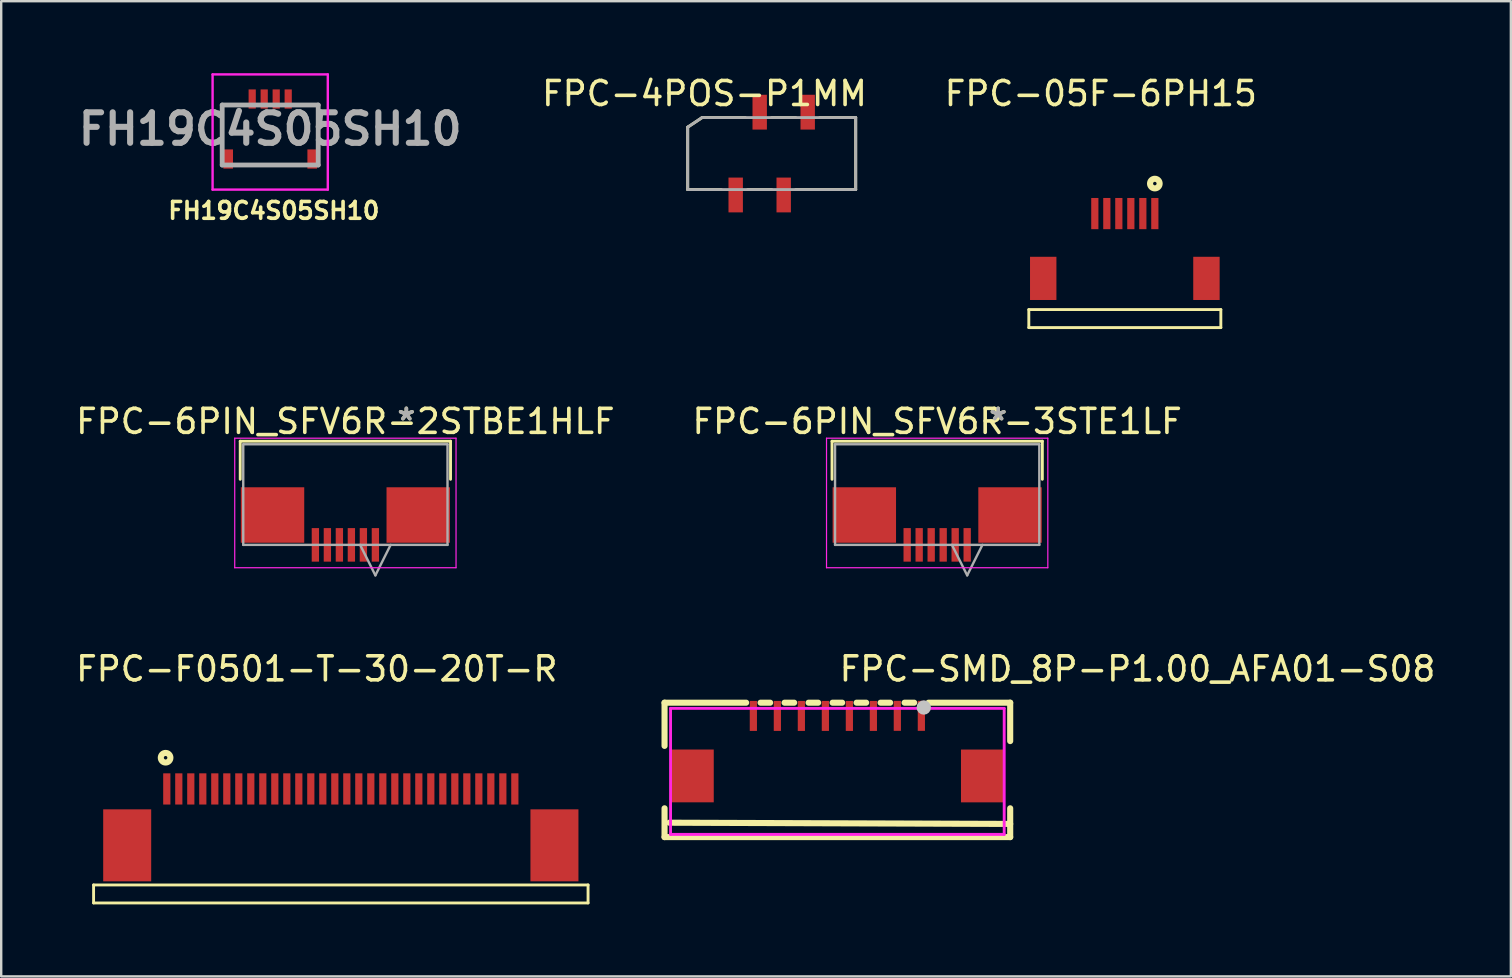
<source format=kicad_pcb>
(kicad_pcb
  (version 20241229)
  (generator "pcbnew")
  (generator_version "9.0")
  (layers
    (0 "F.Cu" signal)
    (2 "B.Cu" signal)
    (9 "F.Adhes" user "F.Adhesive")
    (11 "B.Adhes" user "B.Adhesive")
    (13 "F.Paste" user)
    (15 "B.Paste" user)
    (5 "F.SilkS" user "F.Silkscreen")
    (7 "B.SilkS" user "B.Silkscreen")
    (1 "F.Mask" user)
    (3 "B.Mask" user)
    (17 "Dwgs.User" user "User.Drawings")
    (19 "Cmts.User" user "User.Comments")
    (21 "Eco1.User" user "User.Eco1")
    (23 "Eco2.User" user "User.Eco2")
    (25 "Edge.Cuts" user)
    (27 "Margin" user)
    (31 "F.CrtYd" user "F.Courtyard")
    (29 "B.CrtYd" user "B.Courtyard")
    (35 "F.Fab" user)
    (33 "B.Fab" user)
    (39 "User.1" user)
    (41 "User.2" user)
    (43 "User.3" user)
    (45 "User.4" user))
  (footprint "FPC-4POS-P1MM"
    (layer "F.Cu")
    (at 29.1 3.348)
    (property "Reference" "FPC-4POS-P1MM" (at -2.8 -2.5 0) (layer "F.SilkS") (effects (font (size 1 1) (thickness 0.15))))
    (attr smd)
    (fp_line (start -3.5 -1.1) (end -3.5 1.5) (stroke (width 0.12) (type solid)) (layer "F.SilkS"))
    (fp_line (start -3.5 -1.1) (end -2.9 -1.5) (stroke (width 0.12) (type solid)) (layer "F.SilkS"))
    (fp_line (start -3.5 1.5) (end -2.1 1.5) (stroke (width 0.12) (type solid)) (layer "F.SilkS"))
    (fp_line (start -2.9 -1.5) (end -1.1 -1.5) (stroke (width 0.12) (type solid)) (layer "F.SilkS"))
    (fp_line (start -1 1.5) (end 0 1.5) (stroke (width 0.12) (type solid)) (layer "F.SilkS"))
    (fp_line (start 0 -1.5) (end 1 -1.5) (stroke (width 0.12) (type solid)) (layer "F.SilkS"))
    (fp_line (start 2 -1.5) (end 3.5 -1.5) (stroke (width 0.12) (type solid)) (layer "F.SilkS"))
    (fp_line (start 3.5 -1.5) (end 3.5 1.5) (stroke (width 0.12) (type solid)) (layer "F.SilkS"))
    (fp_line (start 3.5 1.5) (end 1 1.5) (stroke (width 0.12) (type solid)) (layer "F.SilkS"))
    (fp_line (start -3.5 -1.1) (end -2.9 -1.5) (stroke (width 0.12) (type solid)) (layer "F.Fab"))
    (fp_line (start -3.5 1.5) (end -3.5 -1.1) (stroke (width 0.12) (type solid)) (layer "F.Fab"))
    (fp_line (start -2.9 -1.5) (end 3.5 -1.5) (stroke (width 0.12) (type solid)) (layer "F.Fab"))
    (fp_line (start 3.5 -1.5) (end 3.5 1.5) (stroke (width 0.12) (type solid)) (layer "F.Fab"))
    (fp_line (start 3.5 1.5) (end -3.5 1.5) (stroke (width 0.12) (type solid)) (layer "F.Fab"))
    (pad "1" smd rect (at -1.5 1.725) (size 0.6 1.45) (layers "F.Cu" "F.Mask" "F.Paste"))
    (pad "2" smd rect (at -0.5 -1.725) (size 0.6 1.45) (layers "F.Cu" "F.Mask" "F.Paste"))
    (pad "3" smd rect (at 0.5 1.725) (size 0.6 1.45) (layers "F.Cu" "F.Mask" "F.Paste"))
    (pad "4" smd rect (at 1.5 -1.725) (size 0.6 1.45) (layers "F.Cu" "F.Mask" "F.Paste")))
  (footprint "FPC-6PIN_SFV6R-3STE1LF"
    (layer "F.Cu")
    (at 35.994 17.555)
    (property "Reference" "FPC-6PIN_SFV6R-3STE1LF" (at 0 -3.048 0) (layer "F.SilkS") (effects (font (size 1 1) (thickness 0.15))))
    (attr smd)
    (fp_line (start -4.381 -2.223) (end -4.381 -0.637) (stroke (width 0.12) (type solid)) (layer "F.SilkS"))
    (fp_line (start 4.381 -2.223) (end -4.381 -2.223) (stroke (width 0.12) (type solid)) (layer "F.SilkS"))
    (fp_line (start 4.381 -0.637) (end 4.381 -2.223) (stroke (width 0.12) (type solid)) (layer "F.SilkS"))
    (fp_line (start -4.61 -2.349) (end -4.61 3.048) (stroke (width 0.05) (type solid)) (layer "F.CrtYd"))
    (fp_line (start -4.61 3.048) (end 4.61 3.048) (stroke (width 0.05) (type solid)) (layer "F.CrtYd"))
    (fp_line (start 4.61 -2.349) (end -4.61 -2.349) (stroke (width 0.05) (type solid)) (layer "F.CrtYd"))
    (fp_line (start 4.61 3.048) (end 4.61 -2.349) (stroke (width 0.05) (type solid)) (layer "F.CrtYd"))
    (fp_line (start -4.255 -2.095) (end -4.255 2.095) (stroke (width 0.1) (type solid)) (layer "F.Fab"))
    (fp_line (start -4.255 2.095) (end 4.255 2.095) (stroke (width 0.1) (type solid)) (layer "F.Fab"))
    (fp_line (start 0.615 2.095) (end 1.25 3.365) (stroke (width 0.1) (type solid)) (layer "F.Fab"))
    (fp_line (start 1.885 2.095) (end 1.25 3.365) (stroke (width 0.1) (type solid)) (layer "F.Fab"))
    (fp_line (start 4.255 -2.095) (end -4.255 -2.095) (stroke (width 0.1) (type solid)) (layer "F.Fab"))
    (fp_line (start 4.255 2.095) (end 4.255 -2.095) (stroke (width 0.1) (type solid)) (layer "F.Fab"))
    (fp_text user "*" (at 2.54 -3.048 0) (layer "F.SilkS") (effects (font (size 1 1) (thickness 0.15))))
    (fp_text user "*" (at 2.54 -3.048 0) (layer "F.Fab") (effects (font (size 1 1) (thickness 0.15))))
    (pad "1" smd rect (at 1.25 2.095) (size 0.305 1.397) (layers "F.Cu" "F.Mask" "F.Paste"))
    (pad "2" smd rect (at 0.75 2.095) (size 0.305 1.397) (layers "F.Cu" "F.Mask" "F.Paste"))
    (pad "3" smd rect (at 0.25 2.095) (size 0.305 1.397) (layers "F.Cu" "F.Mask" "F.Paste"))
    (pad "4" smd rect (at -0.25 2.095) (size 0.305 1.397) (layers "F.Cu" "F.Mask" "F.Paste"))
    (pad "5" smd rect (at -0.75 2.095) (size 0.305 1.397) (layers "F.Cu" "F.Mask" "F.Paste"))
    (pad "6" smd rect (at -1.25 2.095) (size 0.305 1.397) (layers "F.Cu" "F.Mask" "F.Paste"))
    (pad "7" smd rect (at -3.035 0.851) (size 2.642 2.311) (layers "F.Cu" "F.Mask" "F.Paste"))
    (pad "8" smd rect (at 3.035 0.851) (size 2.642 2.311) (layers "F.Cu" "F.Mask" "F.Paste")))
  (footprint "FPC-SMD_8P-P1.00_AFA01-S08"
    (layer "F.Cu")
    (at 31.836 28.025)
    (property "Reference" "FPC-SMD_8P-P1.00_AFA01-S08" (at 0 -3.207 0) (layer "F.SilkS") (effects (font (size 1 1) (thickness 0.15)) (justify left)))
    (attr through_hole)
    (fp_line (start -7.2 -1.8) (end -7.2 0) (stroke (width 0.254) (type solid)) (layer "F.SilkS"))
    (fp_line (start -7.2 3.8) (end -7.2 2.6) (stroke (width 0.254) (type solid)) (layer "F.SilkS"))
    (fp_line (start -7 3.2) (end 7.2 3.251) (stroke (width 0.254) (type solid)) (layer "F.SilkS"))
    (fp_line (start -3.8 -1.8) (end -7.2 -1.8) (stroke (width 0.254) (type solid)) (layer "F.SilkS"))
    (fp_line (start -3.2 -1.8) (end -2.8 -1.8) (stroke (width 0.254) (type solid)) (layer "F.SilkS"))
    (fp_line (start -2.2 -1.8) (end -1.8 -1.8) (stroke (width 0.254) (type solid)) (layer "F.SilkS"))
    (fp_line (start -1.2 -1.8) (end -0.8 -1.8) (stroke (width 0.254) (type solid)) (layer "F.SilkS"))
    (fp_line (start -0.2 -1.8) (end 0.2 -1.8) (stroke (width 0.254) (type solid)) (layer "F.SilkS"))
    (fp_line (start 0.8 -1.8) (end 1.2 -1.8) (stroke (width 0.254) (type solid)) (layer "F.SilkS"))
    (fp_line (start 1.8 -1.8) (end 2.2 -1.8) (stroke (width 0.254) (type solid)) (layer "F.SilkS"))
    (fp_line (start 2.8 -1.8) (end 3.2 -1.8) (stroke (width 0.254) (type solid)) (layer "F.SilkS"))
    (fp_line (start 3.8 -1.8) (end 7.2 -1.8) (stroke (width 0.254) (type solid)) (layer "F.SilkS"))
    (fp_line (start 7.2 -1.8) (end 7.2 -0.2) (stroke (width 0.254) (type solid)) (layer "F.SilkS"))
    (fp_line (start 7.2 2.6) (end 7.2 3.8) (stroke (width 0.254) (type solid)) (layer "F.SilkS"))
    (fp_line (start 7.2 3.8) (end -7.2 3.8) (stroke (width 0.254) (type solid)) (layer "F.SilkS"))
    (fp_circle (center 3.6 -1.6) (end 3.75 -1.6) (stroke (width 0.3) (type solid)) (fill no) (layer "Dwgs.User"))
    (fp_circle (center 6.95 -1.752) (end 6.98 -1.752) (stroke (width 0.06) (type solid)) (fill no) (layer "Eco2.User"))
    (fp_poly (pts (xy -5.3 0.251) (xy -5.3 2.251) (xy -6.8 2.251) (xy -6.8 0.251)) (stroke (width 0.12) (type solid)) (fill no) (layer "Eco2.User"))
    (fp_poly (pts (xy -3.6 -1.749) (xy -3.4 -1.749) (xy -3.4 -0.749) (xy -3.6 -0.749)) (stroke (width 0.12) (type solid)) (fill no) (layer "Eco2.User"))
    (fp_poly (pts (xy -2.6 -1.749) (xy -2.4 -1.749) (xy -2.4 -0.749) (xy -2.6 -0.749)) (stroke (width 0.12) (type solid)) (fill no) (layer "Eco2.User"))
    (fp_poly (pts (xy -1.6 -1.749) (xy -1.4 -1.749) (xy -1.4 -0.749) (xy -1.6 -0.749)) (stroke (width 0.12) (type solid)) (fill no) (layer "Eco2.User"))
    (fp_poly (pts (xy -0.6 -1.749) (xy -0.4 -1.749) (xy -0.4 -0.749) (xy -0.6 -0.749)) (stroke (width 0.12) (type solid)) (fill no) (layer "Eco2.User"))
    (fp_poly (pts (xy 0.4 -1.749) (xy 0.6 -1.749) (xy 0.6 -0.749) (xy 0.4 -0.749)) (stroke (width 0.12) (type solid)) (fill no) (layer "Eco2.User"))
    (fp_poly (pts (xy 1.4 -1.749) (xy 1.6 -1.749) (xy 1.6 -0.749) (xy 1.4 -0.749)) (stroke (width 0.12) (type solid)) (fill no) (layer "Eco2.User"))
    (fp_poly (pts (xy 2.398 -1.752) (xy 2.598 -1.752) (xy 2.598 -0.752) (xy 2.398 -0.752)) (stroke (width 0.12) (type solid)) (fill no) (layer "Eco2.User"))
    (fp_poly (pts (xy 3.399 -1.752) (xy 3.599 -1.752) (xy 3.599 -0.752) (xy 3.399 -0.752)) (stroke (width 0.12) (type solid)) (fill no) (layer "Eco2.User"))
    (fp_poly (pts (xy 6.8 0.252) (xy 6.8 2.252) (xy 5.3 2.252) (xy 5.3 0.252)) (stroke (width 0.12) (type solid)) (fill no) (layer "Eco2.User"))
    (fp_line (start -6.95 -1.563) (end 6.95 -1.563) (stroke (width 0.12) (type solid)) (layer "F.CrtYd"))
    (fp_line (start -6.95 3.687) (end -6.95 -1.563) (stroke (width 0.12) (type solid)) (layer "F.CrtYd"))
    (fp_line (start 6.95 -1.563) (end 6.95 3.687) (stroke (width 0.12) (type solid)) (layer "F.CrtYd"))
    (fp_line (start 6.95 3.687) (end -6.95 3.687) (stroke (width 0.12) (type solid)) (layer "F.CrtYd"))
    (pad "1" smd rect (at 3.499 -1.252) (size 0.3 1.25) (layers "F.Cu" "F.Mask" "F.Paste"))
    (pad "2" smd rect (at 2.498 -1.252) (size 0.3 1.25) (layers "F.Cu" "F.Mask" "F.Paste"))
    (pad "3" smd rect (at 1.5 -1.249) (size 0.3 1.25) (layers "F.Cu" "F.Mask" "F.Paste"))
    (pad "4" smd rect (at 0.5 -1.249) (size 0.3 1.25) (layers "F.Cu" "F.Mask" "F.Paste"))
    (pad "5" smd rect (at -0.5 -1.249) (size 0.3 1.25) (layers "F.Cu" "F.Mask" "F.Paste"))
    (pad "6" smd rect (at -1.5 -1.249) (size 0.3 1.25) (layers "F.Cu" "F.Mask" "F.Paste"))
    (pad "7" smd rect (at -2.5 -1.249) (size 0.3 1.25) (layers "F.Cu" "F.Mask" "F.Paste"))
    (pad "8" smd rect (at -3.5 -1.249) (size 0.3 1.25) (layers "F.Cu" "F.Mask" "F.Paste"))
    (pad "9" smd rect (at 6.05 1.252 90) (size 2.2 1.8) (layers "F.Cu" "F.Mask" "F.Paste"))
    (pad "10" smd rect (at -6.05 1.251 90) (size 2.2 1.8) (layers "F.Cu" "F.Mask" "F.Paste")))
  (footprint "FH19C4S05SH10"
    (layer "F.Cu")
    (at 8.207 2.45)
    (property "Reference" "FH19C4S05SH10" (at 0.152 3.277 0) (layer "F.SilkS") (effects (font (size 0.7 0.7) (thickness 0.15))))
    (attr smd)
    (fp_line (start -2 -1.125) (end -2 0.375) (stroke (width 0.1) (type solid)) (layer "F.SilkS"))
    (fp_line (start -1.5 1.375) (end 1.5 1.375) (stroke (width 0.1) (type solid)) (layer "F.SilkS"))
    (fp_line (start -1 -1.125) (end -2 -1.125) (stroke (width 0.1) (type solid)) (layer "F.SilkS"))
    (fp_line (start 1 -1.125) (end 2 -1.125) (stroke (width 0.1) (type solid)) (layer "F.SilkS"))
    (fp_line (start 2 -1.125) (end 2 0.375) (stroke (width 0.1) (type solid)) (layer "F.SilkS"))
    (fp_line (start -2.4 -2.4) (end 2.4 -2.4) (stroke (width 0.1) (type solid)) (layer "F.CrtYd"))
    (fp_line (start -2.4 2.4) (end -2.4 -2.4) (stroke (width 0.1) (type solid)) (layer "F.CrtYd"))
    (fp_line (start 2.4 -2.4) (end 2.4 2.4) (stroke (width 0.1) (type solid)) (layer "F.CrtYd"))
    (fp_line (start 2.4 2.4) (end -2.4 2.4) (stroke (width 0.1) (type solid)) (layer "F.CrtYd"))
    (fp_line (start -2 -1.125) (end 2 -1.125) (stroke (width 0.2) (type solid)) (layer "F.Fab"))
    (fp_line (start -2 1.375) (end -2 -1.125) (stroke (width 0.2) (type solid)) (layer "F.Fab"))
    (fp_line (start 2 -1.125) (end 2 1.375) (stroke (width 0.2) (type solid)) (layer "F.Fab"))
    (fp_line (start 2 1.375) (end -2 1.375) (stroke (width 0.2) (type solid)) (layer "F.Fab"))
    (fp_text user "${REFERENCE}" (at 0 -0.125 0) (layer "F.Fab") (effects (font (size 1.27 1.27) (thickness 0.254))))
    (pad "1" smd rect (at -0.75 -1.375) (size 0.3 0.8) (layers "F.Cu" "F.Mask" "F.Paste"))
    (pad "2" smd rect (at -0.25 -1.375) (size 0.3 0.8) (layers "F.Cu" "F.Mask" "F.Paste"))
    (pad "3" smd rect (at 0.25 -1.375) (size 0.3 0.8) (layers "F.Cu" "F.Mask" "F.Paste"))
    (pad "4" smd rect (at 0.75 -1.375) (size 0.3 0.8) (layers "F.Cu" "F.Mask" "F.Paste"))
    (pad "MP1" smd rect (at -1.75 1.125) (size 0.4 0.8) (layers "F.Cu" "F.Mask" "F.Paste"))
    (pad "MP2" smd rect (at 1.75 1.125) (size 0.4 0.8) (layers "F.Cu" "F.Mask" "F.Paste")))
  (footprint "FPC-6PIN_SFV6R-2STBE1HLF"
    (layer "F.Cu")
    (at 11.339 17.555)
    (property "Reference" "FPC-6PIN_SFV6R-2STBE1HLF" (at 0 -3.048 0) (layer "F.SilkS") (effects (font (size 1 1) (thickness 0.15))))
    (attr smd)
    (fp_line (start -4.381 -2.223) (end -4.381 -0.637) (stroke (width 0.12) (type solid)) (layer "F.SilkS"))
    (fp_line (start 4.381 -2.223) (end -4.381 -2.223) (stroke (width 0.12) (type solid)) (layer "F.SilkS"))
    (fp_line (start 4.381 -0.637) (end 4.381 -2.223) (stroke (width 0.12) (type solid)) (layer "F.SilkS"))
    (fp_line (start -4.61 -2.349) (end -4.61 3.048) (stroke (width 0.05) (type solid)) (layer "F.CrtYd"))
    (fp_line (start -4.61 3.048) (end 4.61 3.048) (stroke (width 0.05) (type solid)) (layer "F.CrtYd"))
    (fp_line (start 4.61 -2.349) (end -4.61 -2.349) (stroke (width 0.05) (type solid)) (layer "F.CrtYd"))
    (fp_line (start 4.61 3.048) (end 4.61 -2.349) (stroke (width 0.05) (type solid)) (layer "F.CrtYd"))
    (fp_line (start -4.255 -2.095) (end -4.255 2.095) (stroke (width 0.1) (type solid)) (layer "F.Fab"))
    (fp_line (start -4.255 2.095) (end 4.255 2.095) (stroke (width 0.1) (type solid)) (layer "F.Fab"))
    (fp_line (start 0.615 2.095) (end 1.25 3.365) (stroke (width 0.1) (type solid)) (layer "F.Fab"))
    (fp_line (start 1.885 2.095) (end 1.25 3.365) (stroke (width 0.1) (type solid)) (layer "F.Fab"))
    (fp_line (start 4.255 -2.095) (end -4.255 -2.095) (stroke (width 0.1) (type solid)) (layer "F.Fab"))
    (fp_line (start 4.255 2.095) (end 4.255 -2.095) (stroke (width 0.1) (type solid)) (layer "F.Fab"))
    (fp_text user "*" (at 2.54 -3.048 0) (layer "F.SilkS") (effects (font (size 1 1) (thickness 0.15))))
    (fp_text user "*" (at 2.54 -3.048 0) (layer "F.Fab") (effects (font (size 1 1) (thickness 0.15))))
    (pad "1" smd rect (at 1.25 2.095) (size 0.305 1.397) (layers "F.Cu" "F.Mask" "F.Paste"))
    (pad "2" smd rect (at 0.75 2.095) (size 0.305 1.397) (layers "F.Cu" "F.Mask" "F.Paste"))
    (pad "3" smd rect (at 0.25 2.095) (size 0.305 1.397) (layers "F.Cu" "F.Mask" "F.Paste"))
    (pad "4" smd rect (at -0.25 2.095) (size 0.305 1.397) (layers "F.Cu" "F.Mask" "F.Paste"))
    (pad "5" smd rect (at -0.75 2.095) (size 0.305 1.397) (layers "F.Cu" "F.Mask" "F.Paste"))
    (pad "6" smd rect (at -1.25 2.095) (size 0.305 1.397) (layers "F.Cu" "F.Mask" "F.Paste"))
    (pad "7" smd rect (at -3.035 0.851) (size 2.642 2.311) (layers "F.Cu" "F.Mask" "F.Paste"))
    (pad "8" smd rect (at 3.035 0.851) (size 2.642 2.311) (layers "F.Cu" "F.Mask" "F.Paste")))
  (footprint "FPC-05F-6PH15"
    (layer "F.Cu")
    (at 43.812 5.848)
    (property "Reference" "FPC-05F-6PH15" (at -1 -5 0) (layer "F.SilkS") (effects (font (size 1 1) (thickness 0.15))))
    (attr smd)
    (fp_line (start -4 4) (end 4 4) (stroke (width 0.12) (type solid)) (layer "F.SilkS"))
    (fp_line (start -4 4.75) (end -4 4) (stroke (width 0.12) (type solid)) (layer "F.SilkS"))
    (fp_line (start -4 4.75) (end 4 4.75) (stroke (width 0.12) (type solid)) (layer "F.SilkS"))
    (fp_line (start 4 4) (end 4 4.75) (stroke (width 0.12) (type solid)) (layer "F.SilkS"))
    (fp_circle (center 1.25 -1.25) (end 1.45 -1.25) (stroke (width 0.254) (type solid)) (fill no) (layer "F.SilkS"))
    (pad "1" smd rect (at 1.25 0) (size 0.3 1.3) (layers "F.Cu" "F.Mask" "F.Paste"))
    (pad "2" smd rect (at 0.75 0) (size 0.3 1.3) (layers "F.Cu" "F.Mask" "F.Paste"))
    (pad "3" smd rect (at 0.25 0) (size 0.3 1.3) (layers "F.Cu" "F.Mask" "F.Paste"))
    (pad "4" smd rect (at -0.25 0) (size 0.3 1.3) (layers "F.Cu" "F.Mask" "F.Paste"))
    (pad "5" smd rect (at -0.75 0) (size 0.3 1.3) (layers "F.Cu" "F.Mask" "F.Paste"))
    (pad "6" smd rect (at -1.25 0) (size 0.3 1.3) (layers "F.Cu" "F.Mask" "F.Paste"))
    (pad "PAD" smd rect (at -3.4 2.7) (size 1.1 1.8) (layers "F.Cu" "F.Mask" "F.Paste"))
    (pad "PAD" smd rect (at 3.4 2.7) (size 1.1 1.8) (layers "F.Cu" "F.Mask" "F.Paste")))
  (footprint "FPC-F0501-T-30-20T-R"
    (layer "F.Cu")
    (at 11.149 29.818)
    (property "Reference" "FPC-F0501-T-30-20T-R" (at -1 -5 0) (layer "F.SilkS") (effects (font (size 1 1) (thickness 0.15))))
    (attr smd)
    (fp_line (start -10.3 4) (end 10.3 4) (stroke (width 0.12) (type solid)) (layer "F.SilkS"))
    (fp_line (start -10.3 4.75) (end -10.3 4) (stroke (width 0.12) (type solid)) (layer "F.SilkS"))
    (fp_line (start -10.3 4.75) (end 10.3 4.75) (stroke (width 0.12) (type solid)) (layer "F.SilkS"))
    (fp_line (start 10.3 4) (end 10.3 4.75) (stroke (width 0.12) (type solid)) (layer "F.SilkS"))
    (fp_circle (center -7.3 -1.3) (end -7.1 -1.3) (stroke (width 0.254) (type solid)) (fill no) (layer "F.SilkS"))
    (pad "1" smd rect (at -7.25 0) (size 0.3 1.3) (layers "F.Cu" "F.Mask" "F.Paste"))
    (pad "2" smd rect (at -6.75 0) (size 0.3 1.3) (layers "F.Cu" "F.Mask" "F.Paste"))
    (pad "3" smd rect (at -6.25 0) (size 0.3 1.3) (layers "F.Cu" "F.Mask" "F.Paste"))
    (pad "4" smd rect (at -5.75 0) (size 0.3 1.3) (layers "F.Cu" "F.Mask" "F.Paste"))
    (pad "5" smd rect (at -5.25 0) (size 0.3 1.3) (layers "F.Cu" "F.Mask" "F.Paste"))
    (pad "6" smd rect (at -4.75 0) (size 0.3 1.3) (layers "F.Cu" "F.Mask" "F.Paste"))
    (pad "7" smd rect (at -4.25 0) (size 0.3 1.3) (layers "F.Cu" "F.Mask" "F.Paste"))
    (pad "8" smd rect (at -3.75 0) (size 0.3 1.3) (layers "F.Cu" "F.Mask" "F.Paste"))
    (pad "9" smd rect (at -3.25 0) (size 0.3 1.3) (layers "F.Cu" "F.Mask" "F.Paste"))
    (pad "10" smd rect (at -2.75 0) (size 0.3 1.3) (layers "F.Cu" "F.Mask" "F.Paste"))
    (pad "11" smd rect (at -2.25 0) (size 0.3 1.3) (layers "F.Cu" "F.Mask" "F.Paste"))
    (pad "12" smd rect (at -1.75 0) (size 0.3 1.3) (layers "F.Cu" "F.Mask" "F.Paste"))
    (pad "13" smd rect (at -1.25 0) (size 0.3 1.3) (layers "F.Cu" "F.Mask" "F.Paste"))
    (pad "14" smd rect (at -0.75 0) (size 0.3 1.3) (layers "F.Cu" "F.Mask" "F.Paste"))
    (pad "15" smd rect (at -0.25 0) (size 0.3 1.3) (layers "F.Cu" "F.Mask" "F.Paste"))
    (pad "16" smd rect (at 0.25 0) (size 0.3 1.3) (layers "F.Cu" "F.Mask" "F.Paste"))
    (pad "17" smd rect (at 0.75 0) (size 0.3 1.3) (layers "F.Cu" "F.Mask" "F.Paste"))
    (pad "18" smd rect (at 1.25 0) (size 0.3 1.3) (layers "F.Cu" "F.Mask" "F.Paste"))
    (pad "19" smd rect (at 1.75 0) (size 0.3 1.3) (layers "F.Cu" "F.Mask" "F.Paste"))
    (pad "20" smd rect (at 2.25 0) (size 0.3 1.3) (layers "F.Cu" "F.Mask" "F.Paste"))
    (pad "21" smd rect (at 2.75 0) (size 0.3 1.3) (layers "F.Cu" "F.Mask" "F.Paste"))
    (pad "22" smd rect (at 3.25 0) (size 0.3 1.3) (layers "F.Cu" "F.Mask" "F.Paste"))
    (pad "23" smd rect (at 3.75 0) (size 0.3 1.3) (layers "F.Cu" "F.Mask" "F.Paste"))
    (pad "24" smd rect (at 4.25 0) (size 0.3 1.3) (layers "F.Cu" "F.Mask" "F.Paste"))
    (pad "25" smd rect (at 4.75 0) (size 0.3 1.3) (layers "F.Cu" "F.Mask" "F.Paste"))
    (pad "26" smd rect (at 5.25 0) (size 0.3 1.3) (layers "F.Cu" "F.Mask" "F.Paste"))
    (pad "27" smd rect (at 5.75 0) (size 0.3 1.3) (layers "F.Cu" "F.Mask" "F.Paste"))
    (pad "28" smd rect (at 6.25 0) (size 0.3 1.3) (layers "F.Cu" "F.Mask" "F.Paste"))
    (pad "29" smd rect (at 6.75 0) (size 0.3 1.3) (layers "F.Cu" "F.Mask" "F.Paste"))
    (pad "30" smd rect (at 7.25 0) (size 0.3 1.3) (layers "F.Cu" "F.Mask" "F.Paste"))
    (pad "PAD" smd rect (at -8.9 2.35) (size 2 3) (layers "F.Cu" "F.Mask" "F.Paste"))
    (pad "PAD" smd rect (at 8.9 2.35) (size 2 3) (layers "F.Cu" "F.Mask" "F.Paste")))
  (gr_rect
    (start -3 -3)
    (end 59.895 37.628)
    (stroke (width 0.1) (type default))
    (fill no)
    (layer "Edge.Cuts")))
</source>
